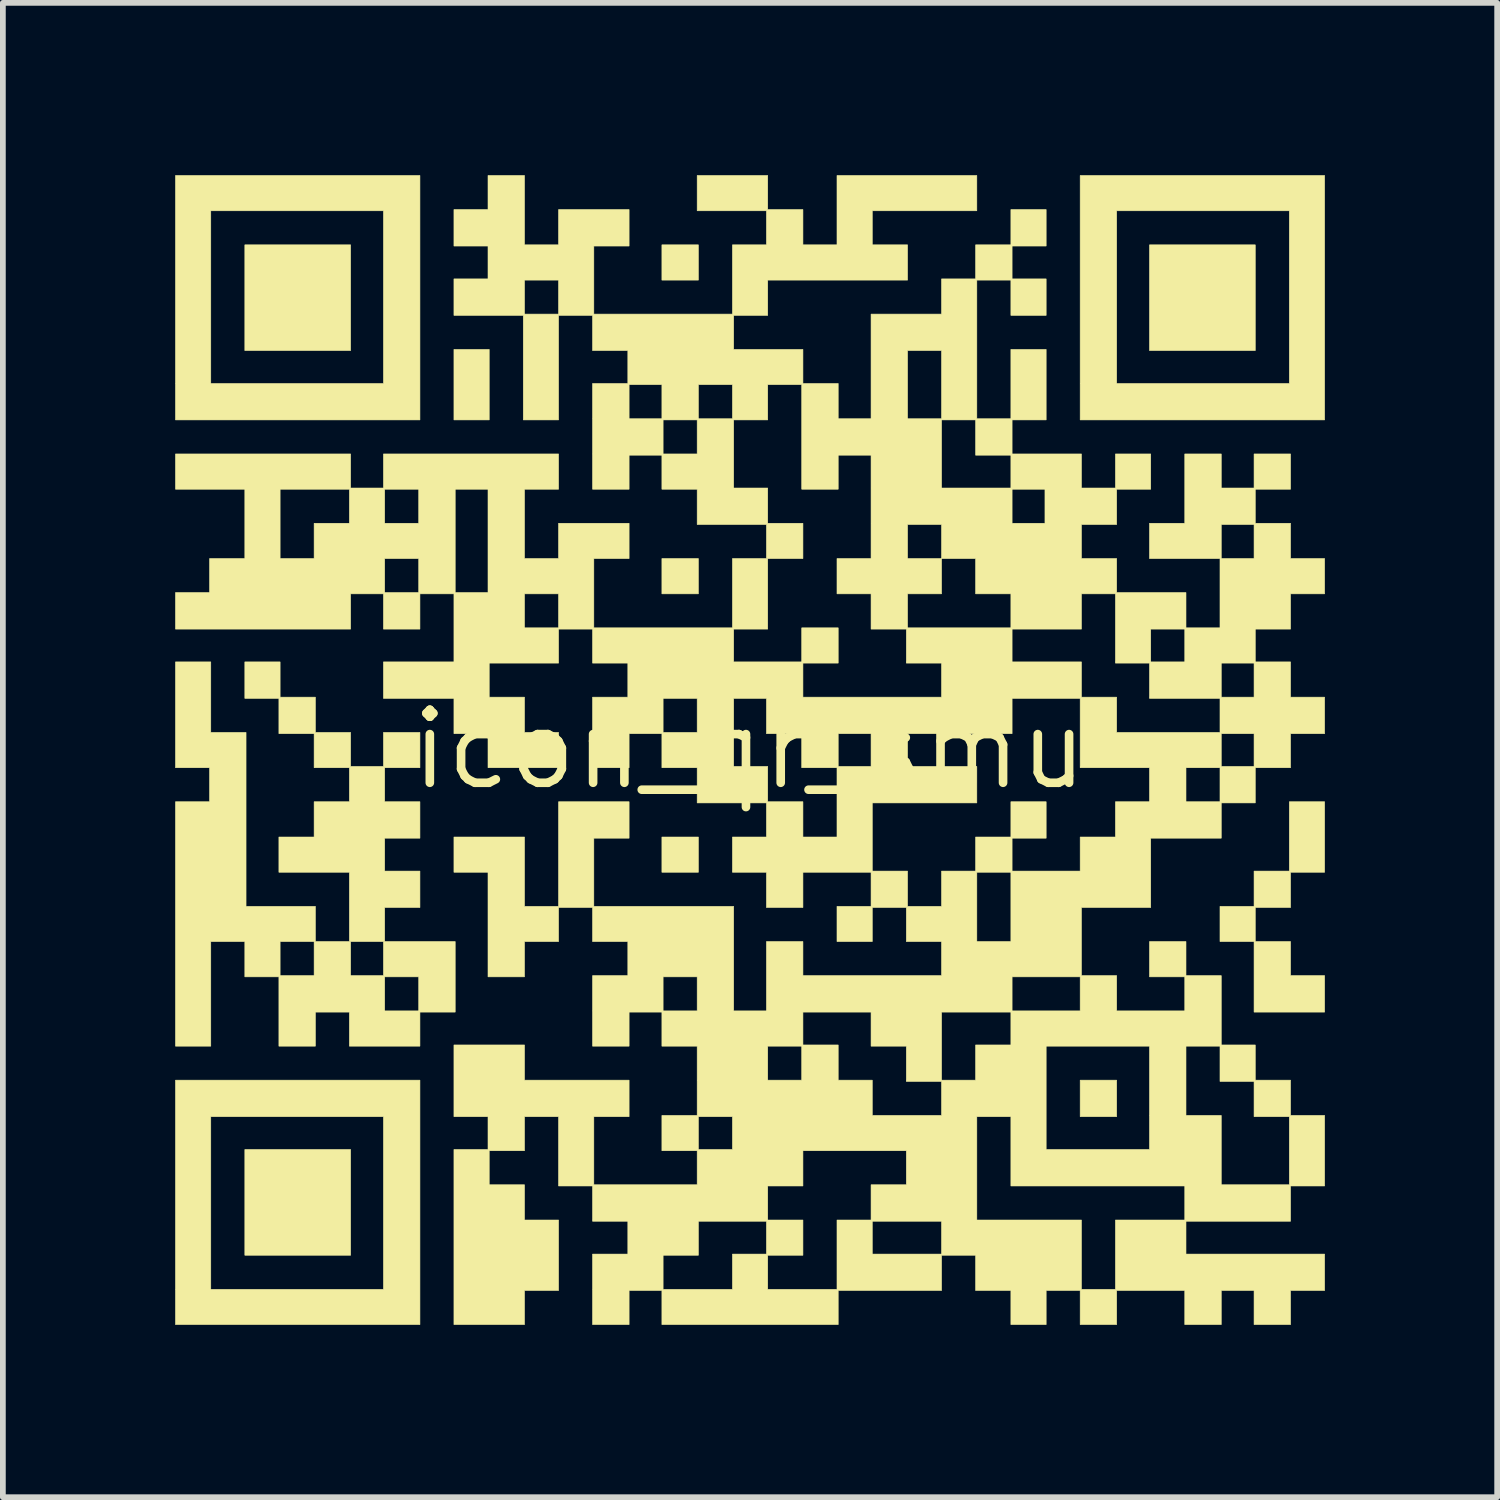
<source format=kicad_pcb>
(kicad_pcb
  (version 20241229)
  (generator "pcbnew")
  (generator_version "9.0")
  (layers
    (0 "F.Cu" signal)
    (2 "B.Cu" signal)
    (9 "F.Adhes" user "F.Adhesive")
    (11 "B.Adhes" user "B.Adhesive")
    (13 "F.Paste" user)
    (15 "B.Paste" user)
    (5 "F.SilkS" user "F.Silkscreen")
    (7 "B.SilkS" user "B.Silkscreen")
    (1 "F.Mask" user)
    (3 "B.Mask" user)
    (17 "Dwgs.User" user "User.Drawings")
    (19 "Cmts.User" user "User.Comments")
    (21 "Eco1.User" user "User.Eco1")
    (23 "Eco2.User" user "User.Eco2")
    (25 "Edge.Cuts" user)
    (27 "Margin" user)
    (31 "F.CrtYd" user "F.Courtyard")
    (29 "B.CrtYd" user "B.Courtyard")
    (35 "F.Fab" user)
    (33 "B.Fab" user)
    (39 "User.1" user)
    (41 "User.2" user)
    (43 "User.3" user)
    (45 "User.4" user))
  (footprint "icon_qr_smu"
    (layer "F.Cu")
    (at 9.996 9.996)
    (property "Reference" "icon_qr_smu" (at 0 0 0) (layer "F.SilkS") (effects (font (size 1.27 1.27) (thickness 0.15))))
    (attr through_hole)
    (fp_poly (pts (xy -6.943 -6.943) (xy -8.784 -6.943) (xy -8.784 -8.784) (xy -6.943 -8.784) (xy -6.943 -6.943)) (stroke (width 0.01) (type solid)) (fill yes) (layer "F.SilkS"))
    (fp_poly (pts (xy -6.943 8.805) (xy -8.784 8.805) (xy -8.784 6.964) (xy -6.943 6.964) (xy -6.943 8.805)) (stroke (width 0.01) (type solid)) (fill yes) (layer "F.SilkS"))
    (fp_poly (pts (xy -4.53 -5.736) (xy -5.144 -5.736) (xy -5.144 -6.964) (xy -4.53 -6.964) (xy -4.53 -5.736)) (stroke (width 0.01) (type solid)) (fill yes) (layer "F.SilkS"))
    (fp_poly (pts (xy -0.889 -8.17) (xy -1.524 -8.17) (xy -1.524 -8.784) (xy -0.889 -8.784) (xy -0.889 -8.17)) (stroke (width 0.01) (type solid)) (fill yes) (layer "F.SilkS"))
    (fp_poly (pts (xy -0.889 -2.709) (xy -1.524 -2.709) (xy -1.524 -3.323) (xy -0.889 -3.323) (xy -0.889 -2.709)) (stroke (width 0.01) (type solid)) (fill yes) (layer "F.SilkS"))
    (fp_poly (pts (xy -0.889 2.138) (xy -1.524 2.138) (xy -1.524 1.524) (xy -0.889 1.524) (xy -0.889 2.138)) (stroke (width 0.01) (type solid)) (fill yes) (layer "F.SilkS"))
    (fp_poly (pts (xy 6.392 6.392) (xy 5.757 6.392) (xy 5.757 5.757) (xy 6.392 5.757) (xy 6.392 6.392)) (stroke (width 0.01) (type solid)) (fill yes) (layer "F.SilkS"))
    (fp_poly (pts (xy 8.805 -6.943) (xy 6.964 -6.943) (xy 6.964 -8.784) (xy 8.805 -8.784) (xy 8.805 -6.943)) (stroke (width 0.01) (type solid)) (fill yes) (layer "F.SilkS"))
    (fp_poly (pts (xy -5.736 -5.736) (xy -9.991 -5.736) (xy -9.991 -9.377) (xy -9.377 -9.377) (xy -9.377 -6.371) (xy -6.371 -6.371) (xy -6.371 -9.377) (xy -9.377 -9.377) (xy -9.991 -9.377) (xy -9.991 -9.991) (xy -5.736 -9.991) (xy -5.736 -5.736)) (stroke (width 0.01) (type solid)) (fill yes) (layer "F.SilkS"))
    (fp_poly (pts (xy -5.736 10.012) (xy -9.991 10.012) (xy -9.991 6.392) (xy -9.377 6.392) (xy -9.377 9.398) (xy -6.371 9.398) (xy -6.371 6.392) (xy -9.377 6.392) (xy -9.991 6.392) (xy -9.991 5.757) (xy -5.736 5.757) (xy -5.736 10.012)) (stroke (width 0.01) (type solid)) (fill yes) (layer "F.SilkS"))
    (fp_poly (pts (xy 10.012 -5.736) (xy 5.757 -5.736) (xy 5.757 -9.377) (xy 6.392 -9.377) (xy 6.392 -6.371) (xy 9.398 -6.371) (xy 9.398 -9.377) (xy 6.392 -9.377) (xy 5.757 -9.377) (xy 5.757 -9.991) (xy 10.012 -9.991) (xy 10.012 -5.736)) (stroke (width 0.01) (type solid)) (fill yes) (layer "F.SilkS"))
    (fp_poly (pts (xy 10.012 2.138) (xy 9.419 2.138) (xy 9.419 2.752) (xy 8.805 2.752) (xy 8.805 3.344) (xy 9.419 3.344) (xy 9.419 3.937) (xy 10.012 3.937) (xy 10.012 4.572) (xy 8.784 4.572) (xy 8.784 3.344) (xy 8.191 3.344) (xy 8.191 2.731) (xy 8.784 2.731) (xy 8.784 2.117) (xy 9.398 2.117) (xy 9.398 0.91) (xy 10.012 0.91) (xy 10.012 2.138)) (stroke (width 0.01) (type solid)) (fill yes) (layer "F.SilkS"))
    (fp_poly (pts (xy -9.377 -0.296) (xy -8.763 -0.296) (xy -8.763 2.731) (xy -7.556 2.731) (xy -7.556 3.344) (xy -6.964 3.344) (xy -6.943 3.344) (xy -6.943 3.937) (xy -6.371 3.937) (xy -6.371 3.344) (xy -6.943 3.344) (xy -6.964 3.344) (xy -6.964 2.138) (xy -8.191 2.138) (xy -8.191 1.524) (xy -7.578 1.524) (xy -7.578 0.91) (xy -6.964 0.91) (xy -6.964 0.318) (xy -7.578 0.318) (xy -7.578 -0.275) (xy -8.191 -0.275) (xy -8.191 -0.889) (xy -8.784 -0.889) (xy -8.784 -1.524) (xy -8.17 -1.524) (xy -8.17 -0.91) (xy -7.556 -0.91) (xy -7.556 -0.296) (xy -6.943 -0.296) (xy -6.943 0.296) (xy -6.371 0.296) (xy -6.371 -0.296) (xy -5.736 -0.296) (xy -5.736 0.318) (xy -6.35 0.318) (xy -6.35 0.91) (xy -5.736 0.91) (xy -5.736 1.545) (xy -6.35 1.545) (xy -6.35 2.117) (xy -5.736 2.117) (xy -5.736 2.752) (xy -6.35 2.752) (xy -6.35 3.344) (xy -5.122 3.344) (xy -5.122 4.572) (xy -5.736 4.572) (xy -5.736 5.165) (xy -6.964 5.165) (xy -6.964 4.572) (xy -7.556 4.572) (xy -7.556 5.165) (xy -8.191 5.165) (xy -8.191 3.958) (xy -6.35 3.958) (xy -6.35 4.551) (xy -5.757 4.551) (xy -5.757 3.958) (xy -6.35 3.958) (xy -8.191 3.958) (xy -8.784 3.958) (xy -8.784 3.344) (xy -8.17 3.344) (xy -8.17 3.937) (xy -7.578 3.937) (xy -7.578 3.344) (xy -8.17 3.344) (xy -8.784 3.344) (xy -9.377 3.344) (xy -9.377 5.165) (xy -9.991 5.165) (xy -9.991 0.91) (xy -9.398 0.91) (xy -9.398 0.318) (xy -9.991 0.318) (xy -9.991 -1.524) (xy -9.377 -1.524) (xy -9.377 -0.296)) (stroke (width 0.01) (type solid)) (fill yes) (layer "F.SilkS"))
    (fp_poly (pts (xy -3.916 -8.784) (xy -3.323 -8.784) (xy -3.323 -9.398) (xy -2.095 -9.398) (xy -2.095 -8.763) (xy -2.709 -8.763) (xy -2.709 -7.578) (xy -0.296 -7.578) (xy -0.296 -8.784) (xy 0.296 -8.784) (xy 0.296 -9.377) (xy -0.91 -9.377) (xy -0.91 -9.991) (xy 0.318 -9.991) (xy 0.318 -9.398) (xy 0.931 -9.398) (xy 0.931 -8.784) (xy 1.524 -8.784) (xy 1.524 -9.991) (xy 3.958 -9.991) (xy 3.958 -9.377) (xy 2.138 -9.377) (xy 2.138 -8.784) (xy 2.752 -8.784) (xy 2.752 -8.17) (xy 0.318 -8.17) (xy 0.318 -7.556) (xy -0.275 -7.556) (xy -0.275 -6.964) (xy 0.931 -6.964) (xy 0.931 -6.371) (xy 1.545 -6.371) (xy 1.545 -5.757) (xy 2.117 -5.757) (xy 2.117 -6.943) (xy 2.752 -6.943) (xy 2.752 -5.757) (xy 3.344 -5.757) (xy 3.344 -6.943) (xy 2.752 -6.943) (xy 2.117 -6.943) (xy 2.117 -7.578) (xy 3.344 -7.578) (xy 3.344 -8.191) (xy 3.937 -8.191) (xy 3.937 -8.784) (xy 4.551 -8.784) (xy 4.551 -9.398) (xy 5.165 -9.398) (xy 5.165 -8.763) (xy 4.572 -8.763) (xy 4.572 -8.191) (xy 5.165 -8.191) (xy 5.165 -7.556) (xy 4.551 -7.556) (xy 4.551 -8.17) (xy 3.958 -8.17) (xy 3.958 -5.757) (xy 4.551 -5.757) (xy 4.551 -6.964) (xy 5.165 -6.964) (xy 5.165 -5.736) (xy 4.572 -5.736) (xy 4.572 -5.144) (xy 5.779 -5.144) (xy 5.779 -4.551) (xy 6.371 -4.551) (xy 6.371 -5.144) (xy 6.985 -5.144) (xy 6.985 -4.53) (xy 6.392 -4.53) (xy 6.392 -3.916) (xy 5.779 -3.916) (xy 5.779 -3.323) (xy 6.392 -3.323) (xy 6.392 -2.731) (xy 7.599 -2.731) (xy 7.599 -2.117) (xy 8.191 -2.117) (xy 8.191 -3.323) (xy 6.964 -3.323) (xy 6.964 -3.916) (xy 8.213 -3.916) (xy 8.213 -3.323) (xy 8.784 -3.323) (xy 8.784 -3.916) (xy 8.213 -3.916) (xy 6.964 -3.916) (xy 6.964 -3.937) (xy 7.578 -3.937) (xy 7.578 -5.144) (xy 8.213 -5.144) (xy 8.213 -4.551) (xy 8.784 -4.551) (xy 8.784 -5.144) (xy 9.419 -5.144) (xy 9.419 -4.53) (xy 8.805 -4.53) (xy 8.805 -3.937) (xy 9.419 -3.937) (xy 9.419 -3.323) (xy 10.012 -3.323) (xy 10.012 -2.709) (xy 9.419 -2.709) (xy 9.419 -2.095) (xy 8.805 -2.095) (xy 8.805 -1.524) (xy 9.419 -1.524) (xy 9.419 -0.91) (xy 10.012 -0.91) (xy 10.012 -0.275) (xy 9.419 -0.275) (xy 9.419 0.318) (xy 8.805 0.318) (xy 8.805 0.931) (xy 8.213 0.931) (xy 8.213 1.545) (xy 6.985 1.545) (xy 6.985 2.752) (xy 5.779 2.752) (xy 5.779 3.937) (xy 6.392 3.937) (xy 6.392 4.551) (xy 7.578 4.551) (xy 7.578 3.958) (xy 6.964 3.958) (xy 6.964 3.344) (xy 7.599 3.344) (xy 7.599 3.937) (xy 8.213 3.937) (xy 8.213 5.144) (xy 8.805 5.144) (xy 8.805 5.757) (xy 9.419 5.757) (xy 9.419 6.371) (xy 10.012 6.371) (xy 10.012 7.599) (xy 9.419 7.599) (xy 9.419 8.213) (xy 7.599 8.213) (xy 7.599 8.784) (xy 10.012 8.784) (xy 10.012 9.419) (xy 9.419 9.419) (xy 9.419 10.012) (xy 8.784 10.012) (xy 8.784 9.419) (xy 8.213 9.419) (xy 8.213 10.012) (xy 7.578 10.012) (xy 7.578 9.419) (xy 6.392 9.419) (xy 6.392 10.012) (xy 5.757 10.012) (xy 5.757 9.419) (xy 5.165 9.419) (xy 5.165 10.012) (xy 4.551 10.012) (xy 4.551 9.419) (xy 3.937 9.419) (xy 3.937 8.805) (xy 3.344 8.805) (xy 3.344 9.419) (xy 1.545 9.419) (xy 1.545 10.012) (xy -1.524 10.012) (xy -1.524 9.419) (xy -2.095 9.419) (xy -2.095 10.012) (xy -2.731 10.012) (xy -2.731 8.805) (xy -1.503 8.805) (xy -1.503 9.398) (xy -0.296 9.398) (xy -0.296 8.784) (xy 0.296 8.784) (xy 0.296 8.213) (xy -0.889 8.213) (xy -0.889 8.805) (xy -1.503 8.805) (xy -2.731 8.805) (xy -2.731 8.784) (xy -2.117 8.784) (xy -2.117 8.213) (xy -2.731 8.213) (xy -2.731 7.599) (xy 0.318 7.599) (xy 0.318 8.191) (xy 0.931 8.191) (xy 0.931 8.805) (xy 0.318 8.805) (xy 0.318 9.398) (xy 1.524 9.398) (xy 1.524 8.213) (xy 2.138 8.213) (xy 2.138 8.784) (xy 3.344 8.784) (xy 3.344 8.213) (xy 2.138 8.213) (xy 1.524 8.213) (xy 1.524 8.191) (xy 2.117 8.191) (xy 2.117 7.578) (xy 2.731 7.578) (xy 2.731 6.985) (xy 0.931 6.985) (xy 0.931 7.599) (xy 0.318 7.599) (xy -2.731 7.599) (xy -3.323 7.599) (xy -3.323 6.392) (xy -3.916 6.392) (xy -3.916 6.985) (xy -4.53 6.985) (xy -4.53 7.578) (xy -3.916 7.578) (xy -3.916 8.191) (xy -3.323 8.191) (xy -3.323 9.419) (xy -3.916 9.419) (xy -3.916 10.012) (xy -5.144 10.012) (xy -5.144 6.964) (xy -4.551 6.964) (xy -4.551 6.392) (xy -5.144 6.392) (xy -5.144 5.144) (xy -3.916 5.144) (xy -3.916 5.757) (xy -2.095 5.757) (xy -2.095 6.392) (xy -2.709 6.392) (xy -2.709 7.578) (xy -0.91 7.578) (xy -0.91 6.985) (xy -1.524 6.985) (xy -1.524 6.392) (xy -0.889 6.392) (xy -0.889 6.964) (xy -0.296 6.964) (xy -0.296 6.392) (xy 3.958 6.392) (xy 3.958 8.191) (xy 5.779 8.191) (xy 5.779 9.398) (xy 6.371 9.398) (xy 6.371 8.191) (xy 7.578 8.191) (xy 7.578 7.599) (xy 4.551 7.599) (xy 4.551 6.392) (xy 3.958 6.392) (xy -0.296 6.392) (xy -0.889 6.392) (xy -1.524 6.392) (xy -1.524 6.371) (xy -0.91 6.371) (xy -0.91 5.165) (xy 0.318 5.165) (xy 0.318 5.757) (xy 0.91 5.757) (xy 0.91 5.165) (xy 0.318 5.165) (xy -0.91 5.165) (xy -1.524 5.165) (xy -1.524 4.572) (xy 0.931 4.572) (xy 0.931 5.144) (xy 1.545 5.144) (xy 1.545 5.757) (xy 2.138 5.757) (xy 2.138 6.371) (xy 3.344 6.371) (xy 3.344 5.779) (xy 2.731 5.779) (xy 2.731 5.165) (xy 2.117 5.165) (xy 2.117 4.572) (xy 3.344 4.572) (xy 3.344 5.757) (xy 3.937 5.757) (xy 3.937 5.165) (xy 5.165 5.165) (xy 5.165 6.964) (xy 6.964 6.964) (xy 6.964 5.165) (xy 7.599 5.165) (xy 7.599 6.371) (xy 8.213 6.371) (xy 8.213 7.578) (xy 9.398 7.578) (xy 9.398 6.392) (xy 8.784 6.392) (xy 8.784 5.779) (xy 8.191 5.779) (xy 8.191 5.165) (xy 7.599 5.165) (xy 6.964 5.165) (xy 5.165 5.165) (xy 3.937 5.165) (xy 3.937 5.144) (xy 4.551 5.144) (xy 4.551 4.572) (xy 3.344 4.572) (xy 2.117 4.572) (xy 0.931 4.572) (xy -1.524 4.572) (xy -2.095 4.572) (xy -2.095 5.165) (xy -2.731 5.165) (xy -2.731 3.958) (xy -1.503 3.958) (xy -1.503 4.551) (xy -0.91 4.551) (xy -0.91 3.958) (xy -1.503 3.958) (xy -2.731 3.958) (xy -2.731 3.937) (xy -2.117 3.937) (xy -2.117 3.344) (xy -2.731 3.344) (xy -2.731 2.752) (xy -3.323 2.752) (xy -3.323 3.344) (xy -3.916 3.344) (xy -3.916 3.958) (xy -4.551 3.958) (xy -4.551 2.138) (xy -5.144 2.138) (xy -5.144 1.524) (xy -3.916 1.524) (xy -3.916 2.731) (xy -3.323 2.731) (xy -3.323 0.91) (xy -2.095 0.91) (xy -2.095 1.545) (xy -2.709 1.545) (xy -2.709 2.731) (xy -0.275 2.731) (xy -0.275 4.551) (xy 0.296 4.551) (xy 0.296 3.958) (xy 4.572 3.958) (xy 4.572 4.551) (xy 5.757 4.551) (xy 5.757 3.958) (xy 4.572 3.958) (xy 0.296 3.958) (xy 0.296 3.344) (xy 0.931 3.344) (xy 0.931 3.937) (xy 3.344 3.937) (xy 3.344 3.344) (xy 2.731 3.344) (xy 2.731 2.752) (xy 2.138 2.752) (xy 2.138 3.344) (xy 1.524 3.344) (xy 1.524 2.731) (xy 2.117 2.731) (xy 2.117 2.138) (xy 0.931 2.138) (xy 0.931 2.752) (xy 0.296 2.752) (xy 0.296 2.138) (xy -0.296 2.138) (xy -0.296 1.524) (xy 0.296 1.524) (xy 0.296 0.931) (xy -0.91 0.931) (xy -0.91 0.318) (xy -1.524 0.318) (xy -1.524 -0.275) (xy -2.095 -0.275) (xy -2.095 0.318) (xy -2.731 0.318) (xy -2.731 -0.889) (xy -1.503 -0.889) (xy -1.503 -0.296) (xy -0.91 -0.296) (xy -0.91 -0.889) (xy -0.275 -0.889) (xy -0.275 0.296) (xy 0.318 0.296) (xy 0.318 0.91) (xy 0.931 0.91) (xy 0.931 1.524) (xy 1.524 1.524) (xy 1.524 0.931) (xy 2.138 0.931) (xy 2.138 2.117) (xy 2.752 2.117) (xy 2.752 2.731) (xy 3.344 2.731) (xy 3.344 2.138) (xy 3.958 2.138) (xy 3.958 3.344) (xy 4.551 3.344) (xy 4.551 2.138) (xy 3.958 2.138) (xy 3.344 2.138) (xy 3.344 2.117) (xy 3.937 2.117) (xy 3.937 1.524) (xy 4.551 1.524) (xy 4.551 0.91) (xy 5.165 0.91) (xy 5.165 1.545) (xy 4.572 1.545) (xy 4.572 2.117) (xy 5.757 2.117) (xy 5.757 1.524) (xy 6.371 1.524) (xy 6.371 0.91) (xy 6.964 0.91) (xy 6.964 0.318) (xy 7.599 0.318) (xy 7.599 0.91) (xy 8.191 0.91) (xy 8.191 0.318) (xy 7.599 0.318) (xy 6.964 0.318) (xy 5.757 0.318) (xy 5.757 -0.275) (xy 8.213 -0.275) (xy 8.213 0.296) (xy 8.784 0.296) (xy 8.784 -0.275) (xy 8.213 -0.275) (xy 5.757 -0.275) (xy 5.757 -0.889) (xy 4.572 -0.889) (xy 4.572 -0.275) (xy 2.752 -0.275) (xy 2.752 0.296) (xy 3.958 0.296) (xy 3.958 0.931) (xy 2.138 0.931) (xy 1.524 0.931) (xy 1.524 0.318) (xy 0.91 0.318) (xy 0.91 -0.275) (xy 1.545 -0.275) (xy 1.545 0.296) (xy 2.117 0.296) (xy 2.117 -0.275) (xy 1.545 -0.275) (xy 0.91 -0.275) (xy 0.296 -0.275) (xy 0.296 -0.889) (xy -0.275 -0.889) (xy -0.91 -0.889) (xy -1.503 -0.889) (xy -2.731 -0.889) (xy -2.731 -0.91) (xy -2.117 -0.91) (xy -2.117 -1.503) (xy -2.731 -1.503) (xy -2.731 -2.095) (xy -3.323 -2.095) (xy -3.323 -1.503) (xy -4.53 -1.503) (xy -4.53 -0.91) (xy -3.916 -0.91) (xy -3.916 -0.296) (xy -3.323 -0.296) (xy -3.323 0.318) (xy -4.551 0.318) (xy -4.551 -0.275) (xy -5.144 -0.275) (xy -5.144 -0.889) (xy -6.371 -0.889) (xy -6.371 -1.524) (xy -5.144 -1.524) (xy -5.144 -2.709) (xy -3.916 -2.709) (xy -3.916 -2.117) (xy -3.323 -2.117) (xy -3.323 -2.709) (xy -3.916 -2.709) (xy -5.144 -2.709) (xy -5.736 -2.709) (xy -5.736 -2.095) (xy -6.371 -2.095) (xy -6.371 -2.709) (xy -6.943 -2.709) (xy -6.943 -2.095) (xy -9.991 -2.095) (xy -9.991 -2.731) (xy -9.398 -2.731) (xy -9.398 -3.323) (xy -8.784 -3.323) (xy -8.784 -4.53) (xy -8.17 -4.53) (xy -8.17 -3.323) (xy -7.578 -3.323) (xy -6.35 -3.323) (xy -6.35 -2.731) (xy -5.757 -2.731) (xy -5.757 -3.323) (xy -6.35 -3.323) (xy -7.578 -3.323) (xy -7.578 -3.937) (xy -6.964 -3.937) (xy -6.964 -4.53) (xy -6.35 -4.53) (xy -6.35 -3.937) (xy -5.757 -3.937) (xy -5.757 -4.53) (xy -5.122 -4.53) (xy -5.122 -2.731) (xy -4.551 -2.731) (xy -4.551 -4.53) (xy -5.122 -4.53) (xy -5.757 -4.53) (xy -6.35 -4.53) (xy -6.964 -4.53) (xy -8.17 -4.53) (xy -8.784 -4.53) (xy -9.991 -4.53) (xy -9.991 -5.144) (xy -6.943 -5.144) (xy -6.943 -4.551) (xy -6.371 -4.551) (xy -6.371 -5.144) (xy -3.323 -5.144) (xy -3.323 -4.53) (xy -3.916 -4.53) (xy -3.916 -3.323) (xy -3.323 -3.323) (xy -3.323 -3.937) (xy -2.095 -3.937) (xy -2.095 -3.323) (xy -2.709 -3.323) (xy -2.709 -2.117) (xy -0.296 -2.117) (xy -0.296 -3.323) (xy 0.296 -3.323) (xy 0.296 -3.916) (xy -0.91 -3.916) (xy -0.91 -4.53) (xy -1.524 -4.53) (xy -1.524 -5.122) (xy -2.095 -5.122) (xy -2.095 -4.53) (xy -2.731 -4.53) (xy -2.731 -5.736) (xy -1.503 -5.736) (xy -1.503 -5.144) (xy -0.91 -5.144) (xy -0.91 -5.736) (xy -0.275 -5.736) (xy -0.275 -4.551) (xy 0.318 -4.551) (xy 0.318 -3.937) (xy 0.931 -3.937) (xy 0.931 -3.323) (xy 0.318 -3.323) (xy 0.318 -2.095) (xy -0.275 -2.095) (xy -0.275 -1.524) (xy 0.91 -1.524) (xy 0.91 -2.117) (xy 1.545 -2.117) (xy 1.545 -1.503) (xy 0.931 -1.503) (xy 0.931 -0.91) (xy 3.344 -0.91) (xy 3.344 -1.503) (xy 2.731 -1.503) (xy 2.731 -2.095) (xy 4.572 -2.095) (xy 4.572 -1.524) (xy 5.779 -1.524) (xy 5.779 -0.91) (xy 6.392 -0.91) (xy 6.392 -0.296) (xy 8.191 -0.296) (xy 8.191 -0.889) (xy 6.964 -0.889) (xy 6.964 -1.503) (xy 8.213 -1.503) (xy 8.213 -0.91) (xy 8.784 -0.91) (xy 8.784 -1.503) (xy 8.213 -1.503) (xy 6.964 -1.503) (xy 6.371 -1.503) (xy 6.371 -2.095) (xy 6.985 -2.095) (xy 6.985 -1.524) (xy 7.578 -1.524) (xy 7.578 -2.095) (xy 6.985 -2.095) (xy 6.371 -2.095) (xy 6.371 -2.709) (xy 5.779 -2.709) (xy 5.779 -2.095) (xy 4.572 -2.095) (xy 2.731 -2.095) (xy 2.117 -2.095) (xy 2.117 -2.709) (xy 2.752 -2.709) (xy 2.752 -2.117) (xy 4.551 -2.117) (xy 4.551 -2.709) (xy 3.937 -2.709) (xy 3.937 -3.323) (xy 3.344 -3.323) (xy 3.344 -2.709) (xy 2.752 -2.709) (xy 2.117 -2.709) (xy 1.524 -2.709) (xy 1.524 -3.323) (xy 2.117 -3.323) (xy 2.117 -3.916) (xy 2.752 -3.916) (xy 2.752 -3.323) (xy 3.344 -3.323) (xy 3.344 -3.916) (xy 2.752 -3.916) (xy 2.117 -3.916) (xy 2.117 -4.53) (xy 4.572 -4.53) (xy 4.572 -3.937) (xy 5.144 -3.937) (xy 5.144 -4.53) (xy 4.572 -4.53) (xy 2.117 -4.53) (xy 2.117 -5.122) (xy 1.545 -5.122) (xy 1.545 -4.53) (xy 0.91 -4.53) (xy 0.91 -5.736) (xy 3.344 -5.736) (xy 3.344 -4.551) (xy 4.551 -4.551) (xy 4.551 -5.122) (xy 3.937 -5.122) (xy 3.937 -5.736) (xy 3.344 -5.736) (xy 0.91 -5.736) (xy 0.91 -6.35) (xy 0.318 -6.35) (xy 0.318 -5.736) (xy -0.275 -5.736) (xy -0.91 -5.736) (xy -1.503 -5.736) (xy -2.731 -5.736) (xy -2.731 -6.35) (xy -2.095 -6.35) (xy -2.095 -5.757) (xy -1.524 -5.757) (xy -1.524 -6.35) (xy -0.889 -6.35) (xy -0.889 -5.757) (xy -0.296 -5.757) (xy -0.296 -6.35) (xy -0.889 -6.35) (xy -1.524 -6.35) (xy -2.095 -6.35) (xy -2.731 -6.35) (xy -2.731 -6.371) (xy -2.117 -6.371) (xy -2.117 -6.943) (xy -2.731 -6.943) (xy -2.731 -7.556) (xy -3.323 -7.556) (xy -3.323 -5.736) (xy -3.937 -5.736) (xy -3.937 -7.556) (xy -5.144 -7.556) (xy -5.144 -8.17) (xy -3.916 -8.17) (xy -3.916 -7.578) (xy -3.323 -7.578) (xy -3.323 -8.17) (xy -3.916 -8.17) (xy -5.144 -8.17) (xy -5.144 -8.191) (xy -4.551 -8.191) (xy -4.551 -8.763) (xy -5.144 -8.763) (xy -5.144 -9.398) (xy -4.551 -9.398) (xy -4.551 -9.991) (xy -3.916 -9.991) (xy -3.916 -8.784)) (stroke (width 0.01) (type solid)) (fill yes) (layer "F.SilkS")))
  (gr_rect
    (start -3 -3)
    (end 23.012 23.012)
    (stroke (width 0.1) (type default))
    (fill no)
    (layer "Edge.Cuts")))
</source>
